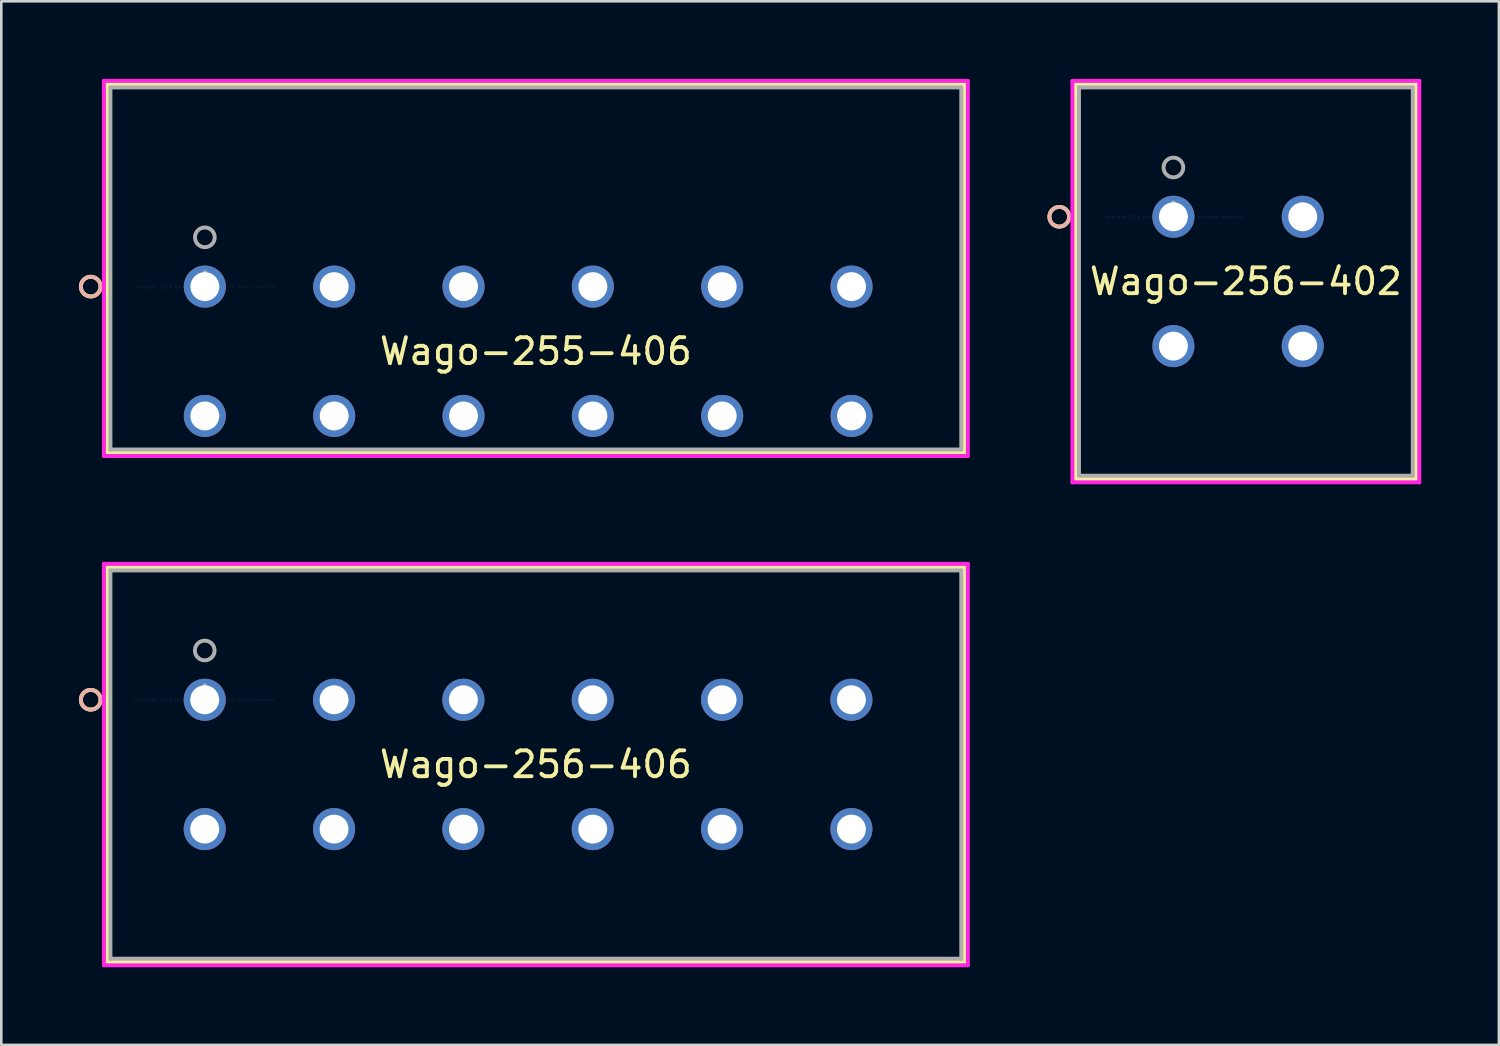
<source format=kicad_pcb>
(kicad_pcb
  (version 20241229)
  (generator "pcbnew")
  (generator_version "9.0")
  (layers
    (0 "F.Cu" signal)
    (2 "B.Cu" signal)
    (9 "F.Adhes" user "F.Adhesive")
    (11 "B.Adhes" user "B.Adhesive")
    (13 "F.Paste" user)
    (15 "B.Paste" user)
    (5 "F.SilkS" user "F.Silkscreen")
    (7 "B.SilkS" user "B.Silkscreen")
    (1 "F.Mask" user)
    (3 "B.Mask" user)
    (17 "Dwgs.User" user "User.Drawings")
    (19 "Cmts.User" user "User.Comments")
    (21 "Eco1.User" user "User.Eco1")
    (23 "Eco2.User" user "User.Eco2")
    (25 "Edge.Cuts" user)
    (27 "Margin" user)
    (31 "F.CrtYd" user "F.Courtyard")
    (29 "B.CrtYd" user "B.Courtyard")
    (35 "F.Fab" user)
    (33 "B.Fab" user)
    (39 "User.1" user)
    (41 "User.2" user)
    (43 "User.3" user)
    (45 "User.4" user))
  (footprint "Wago-255-406"
    (layer "F.Cu")
    (at 4.869 8.03)
    (property "Reference" "Wago-255-406" (at 12.797 2.5 0) (layer "F.SilkS") (effects (font (size 1 1) (thickness 0.15))))
    (attr through_hole)
    (fp_line (start -3.777 -7.827) (end -3.777 6.423) (stroke (width 0.152) (type solid)) (layer "F.SilkS"))
    (fp_line (start -3.777 6.423) (end 29.37 6.423) (stroke (width 0.152) (type solid)) (layer "F.SilkS"))
    (fp_line (start 29.37 -7.827) (end -3.777 -7.827) (stroke (width 0.152) (type solid)) (layer "F.SilkS"))
    (fp_line (start 29.37 6.423) (end 29.37 -7.827) (stroke (width 0.152) (type solid)) (layer "F.SilkS"))
    (fp_circle (center -4.412 0) (end -4.031 0) (stroke (width 0.152) (type solid)) (fill no) (layer "F.SilkS"))
    (fp_circle (center -4.412 0) (end -4.031 0) (stroke (width 0.152) (type solid)) (fill no) (layer "B.SilkS"))
    (fp_line (start -3.904 -7.954) (end -3.904 6.55) (stroke (width 0.152) (type solid)) (layer "F.CrtYd"))
    (fp_line (start -3.904 6.55) (end 29.497 6.55) (stroke (width 0.152) (type solid)) (layer "F.CrtYd"))
    (fp_line (start 29.497 -7.954) (end -3.904 -7.954) (stroke (width 0.152) (type solid)) (layer "F.CrtYd"))
    (fp_line (start 29.497 6.55) (end 29.497 -7.954) (stroke (width 0.152) (type solid)) (layer "F.CrtYd"))
    (fp_line (start -3.65 -7.7) (end -3.65 6.296) (stroke (width 0.152) (type solid)) (layer "F.Fab"))
    (fp_line (start -3.65 6.296) (end 29.243 6.296) (stroke (width 0.152) (type solid)) (layer "F.Fab"))
    (fp_line (start 29.243 -7.7) (end -3.65 -7.7) (stroke (width 0.152) (type solid)) (layer "F.Fab"))
    (fp_line (start 29.243 6.296) (end 29.243 -7.7) (stroke (width 0.152) (type solid)) (layer "F.Fab"))
    (fp_circle (center 0 -1.905) (end 0.381 -1.905) (stroke (width 0.152) (type solid)) (fill no) (layer "F.Fab"))
    (fp_text user "*" (at 0 0 0) (layer "F.SilkS") (effects (font (size 1 1) (thickness 0.15))))
    (fp_text user "Copyright 2016 Accelerated Designs. All rights reserved." (at 0 0 0) (layer "Cmts.User") (effects (font (size 0.127 0.127) (thickness 0.002))))
    (fp_text user "*" (at 0 0 0) (layer "F.Fab") (effects (font (size 1 1) (thickness 0.15))))
    (pad "1" thru_hole circle (at 0 0) (size 1.626 1.626) (drill 1.118) (layers "*.Cu" "*.Mask"))
    (pad "2" thru_hole circle (at 0 5) (size 1.626 1.626) (drill 1.118) (layers "*.Cu" "*.Mask"))
    (pad "3" thru_hole circle (at 5 0) (size 1.626 1.626) (drill 1.118) (layers "*.Cu" "*.Mask"))
    (pad "4" thru_hole circle (at 5 5) (size 1.626 1.626) (drill 1.118) (layers "*.Cu" "*.Mask"))
    (pad "5" thru_hole circle (at 10 0) (size 1.626 1.626) (drill 1.118) (layers "*.Cu" "*.Mask"))
    (pad "6" thru_hole circle (at 10 5) (size 1.626 1.626) (drill 1.118) (layers "*.Cu" "*.Mask"))
    (pad "7" thru_hole circle (at 15 0) (size 1.626 1.626) (drill 1.118) (layers "*.Cu" "*.Mask"))
    (pad "8" thru_hole circle (at 15 5) (size 1.626 1.626) (drill 1.118) (layers "*.Cu" "*.Mask"))
    (pad "9" thru_hole circle (at 20 0) (size 1.626 1.626) (drill 1.118) (layers "*.Cu" "*.Mask"))
    (pad "10" thru_hole circle (at 20 5) (size 1.626 1.626) (drill 1.118) (layers "*.Cu" "*.Mask"))
    (pad "11" thru_hole circle (at 25 0) (size 1.626 1.626) (drill 1.118) (layers "*.Cu" "*.Mask"))
    (pad "12" thru_hole circle (at 25 5) (size 1.626 1.626) (drill 1.118) (layers "*.Cu" "*.Mask")))
  (footprint "Wago-256-406"
    (layer "F.Cu")
    (at 4.864 24.002)
    (property "Reference" "Wago-256-406" (at 12.801 2.5 0) (layer "F.SilkS") (effects (font (size 1 1) (thickness 0.15))))
    (attr through_hole)
    (fp_line (start -3.772 -5.127) (end -3.772 10.138) (stroke (width 0.152) (type solid)) (layer "F.SilkS"))
    (fp_line (start -3.772 10.138) (end 29.375 10.138) (stroke (width 0.152) (type solid)) (layer "F.SilkS"))
    (fp_line (start 29.375 -5.127) (end -3.772 -5.127) (stroke (width 0.152) (type solid)) (layer "F.SilkS"))
    (fp_line (start 29.375 10.138) (end 29.375 -5.127) (stroke (width 0.152) (type solid)) (layer "F.SilkS"))
    (fp_circle (center -4.407 0) (end -4.026 0) (stroke (width 0.152) (type solid)) (fill no) (layer "F.SilkS"))
    (fp_circle (center -4.407 0) (end -4.026 0) (stroke (width 0.152) (type solid)) (fill no) (layer "B.SilkS"))
    (fp_line (start -3.899 -5.254) (end -3.899 10.265) (stroke (width 0.152) (type solid)) (layer "F.CrtYd"))
    (fp_line (start -3.899 10.265) (end 29.502 10.265) (stroke (width 0.152) (type solid)) (layer "F.CrtYd"))
    (fp_line (start 29.502 -5.254) (end -3.899 -5.254) (stroke (width 0.152) (type solid)) (layer "F.CrtYd"))
    (fp_line (start 29.502 10.265) (end 29.502 -5.254) (stroke (width 0.152) (type solid)) (layer "F.CrtYd"))
    (fp_line (start -3.645 -5) (end -3.645 10.011) (stroke (width 0.152) (type solid)) (layer "F.Fab"))
    (fp_line (start -3.645 10.011) (end 29.248 10.011) (stroke (width 0.152) (type solid)) (layer "F.Fab"))
    (fp_line (start 29.248 -5) (end -3.645 -5) (stroke (width 0.152) (type solid)) (layer "F.Fab"))
    (fp_line (start 29.248 10.011) (end 29.248 -5) (stroke (width 0.152) (type solid)) (layer "F.Fab"))
    (fp_circle (center 0 -1.905) (end 0.381 -1.905) (stroke (width 0.152) (type solid)) (fill no) (layer "F.Fab"))
    (fp_text user "*" (at 0 0 0) (layer "F.SilkS") (effects (font (size 1 1) (thickness 0.15))))
    (fp_text user "Copyright 2016 Accelerated Designs. All rights reserved." (at 0 0 0) (layer "Cmts.User") (effects (font (size 0.127 0.127) (thickness 0.002))))
    (fp_text user "*" (at 0 0 0) (layer "F.Fab") (effects (font (size 1 1) (thickness 0.15))))
    (pad "1" thru_hole circle (at 0 0) (size 1.626 1.626) (drill 1.118) (layers "*.Cu" "*.Mask"))
    (pad "2" thru_hole circle (at 0 5) (size 1.626 1.626) (drill 1.118) (layers "*.Cu" "*.Mask"))
    (pad "3" thru_hole circle (at 5 0) (size 1.626 1.626) (drill 1.118) (layers "*.Cu" "*.Mask"))
    (pad "4" thru_hole circle (at 5 5) (size 1.626 1.626) (drill 1.118) (layers "*.Cu" "*.Mask"))
    (pad "5" thru_hole circle (at 10 0) (size 1.626 1.626) (drill 1.118) (layers "*.Cu" "*.Mask"))
    (pad "6" thru_hole circle (at 10 5) (size 1.626 1.626) (drill 1.118) (layers "*.Cu" "*.Mask"))
    (pad "7" thru_hole circle (at 15 0) (size 1.626 1.626) (drill 1.118) (layers "*.Cu" "*.Mask"))
    (pad "8" thru_hole circle (at 15 5) (size 1.626 1.626) (drill 1.118) (layers "*.Cu" "*.Mask"))
    (pad "9" thru_hole circle (at 20 0) (size 1.626 1.626) (drill 1.118) (layers "*.Cu" "*.Mask"))
    (pad "10" thru_hole circle (at 20 5) (size 1.626 1.626) (drill 1.118) (layers "*.Cu" "*.Mask"))
    (pad "11" thru_hole circle (at 25 0) (size 1.626 1.626) (drill 1.118) (layers "*.Cu" "*.Mask"))
    (pad "12" thru_hole circle (at 25 5) (size 1.626 1.626) (drill 1.118) (layers "*.Cu" "*.Mask")))
  (footprint "Wago-256-402"
    (layer "F.Cu")
    (at 42.312 5.33)
    (property "Reference" "Wago-256-402" (at 2.801 2.5 0) (layer "F.SilkS") (effects (font (size 1 1) (thickness 0.15))))
    (attr through_hole)
    (fp_line (start -3.777 -5.127) (end -3.777 10.138) (stroke (width 0.152) (type solid)) (layer "F.SilkS"))
    (fp_line (start -3.777 10.138) (end 9.38 10.138) (stroke (width 0.152) (type solid)) (layer "F.SilkS"))
    (fp_line (start 9.38 -5.127) (end -3.777 -5.127) (stroke (width 0.152) (type solid)) (layer "F.SilkS"))
    (fp_line (start 9.38 10.138) (end 9.38 -5.127) (stroke (width 0.152) (type solid)) (layer "F.SilkS"))
    (fp_circle (center -4.412 0) (end -4.031 0) (stroke (width 0.152) (type solid)) (fill no) (layer "F.SilkS"))
    (fp_circle (center -4.412 0) (end -4.031 0) (stroke (width 0.152) (type solid)) (fill no) (layer "B.SilkS"))
    (fp_line (start -3.904 -5.254) (end -3.904 10.265) (stroke (width 0.152) (type solid)) (layer "F.CrtYd"))
    (fp_line (start -3.904 10.265) (end 9.507 10.265) (stroke (width 0.152) (type solid)) (layer "F.CrtYd"))
    (fp_line (start 9.507 -5.254) (end -3.904 -5.254) (stroke (width 0.152) (type solid)) (layer "F.CrtYd"))
    (fp_line (start 9.507 10.265) (end 9.507 -5.254) (stroke (width 0.152) (type solid)) (layer "F.CrtYd"))
    (fp_line (start -3.65 -5) (end -3.65 10.011) (stroke (width 0.152) (type solid)) (layer "F.Fab"))
    (fp_line (start -3.65 10.011) (end 9.253 10.011) (stroke (width 0.152) (type solid)) (layer "F.Fab"))
    (fp_line (start 9.253 -5) (end -3.65 -5) (stroke (width 0.152) (type solid)) (layer "F.Fab"))
    (fp_line (start 9.253 10.011) (end 9.253 -5) (stroke (width 0.152) (type solid)) (layer "F.Fab"))
    (fp_circle (center 0 -1.905) (end 0.381 -1.905) (stroke (width 0.152) (type solid)) (fill no) (layer "F.Fab"))
    (fp_text user "*" (at 0 0 0) (layer "F.SilkS") (effects (font (size 1 1) (thickness 0.15))))
    (fp_text user "Copyright 2016 Accelerated Designs. All rights reserved." (at 0 0 0) (layer "Cmts.User") (effects (font (size 0.127 0.127) (thickness 0.002))))
    (fp_text user "*" (at 0 0 0) (layer "F.Fab") (effects (font (size 1 1) (thickness 0.15))))
    (pad "1" thru_hole circle (at 0 0) (size 1.626 1.626) (drill 1.118) (layers "*.Cu" "*.Mask"))
    (pad "2" thru_hole circle (at 0 5) (size 1.626 1.626) (drill 1.118) (layers "*.Cu" "*.Mask"))
    (pad "3" thru_hole circle (at 5 0) (size 1.626 1.626) (drill 1.118) (layers "*.Cu" "*.Mask"))
    (pad "4" thru_hole circle (at 5 5) (size 1.626 1.626) (drill 1.118) (layers "*.Cu" "*.Mask")))
  (gr_rect
    (start -3 -3)
    (end 54.895 37.344)
    (stroke (width 0.1) (type default))
    (fill no)
    (layer "Edge.Cuts")))
</source>
